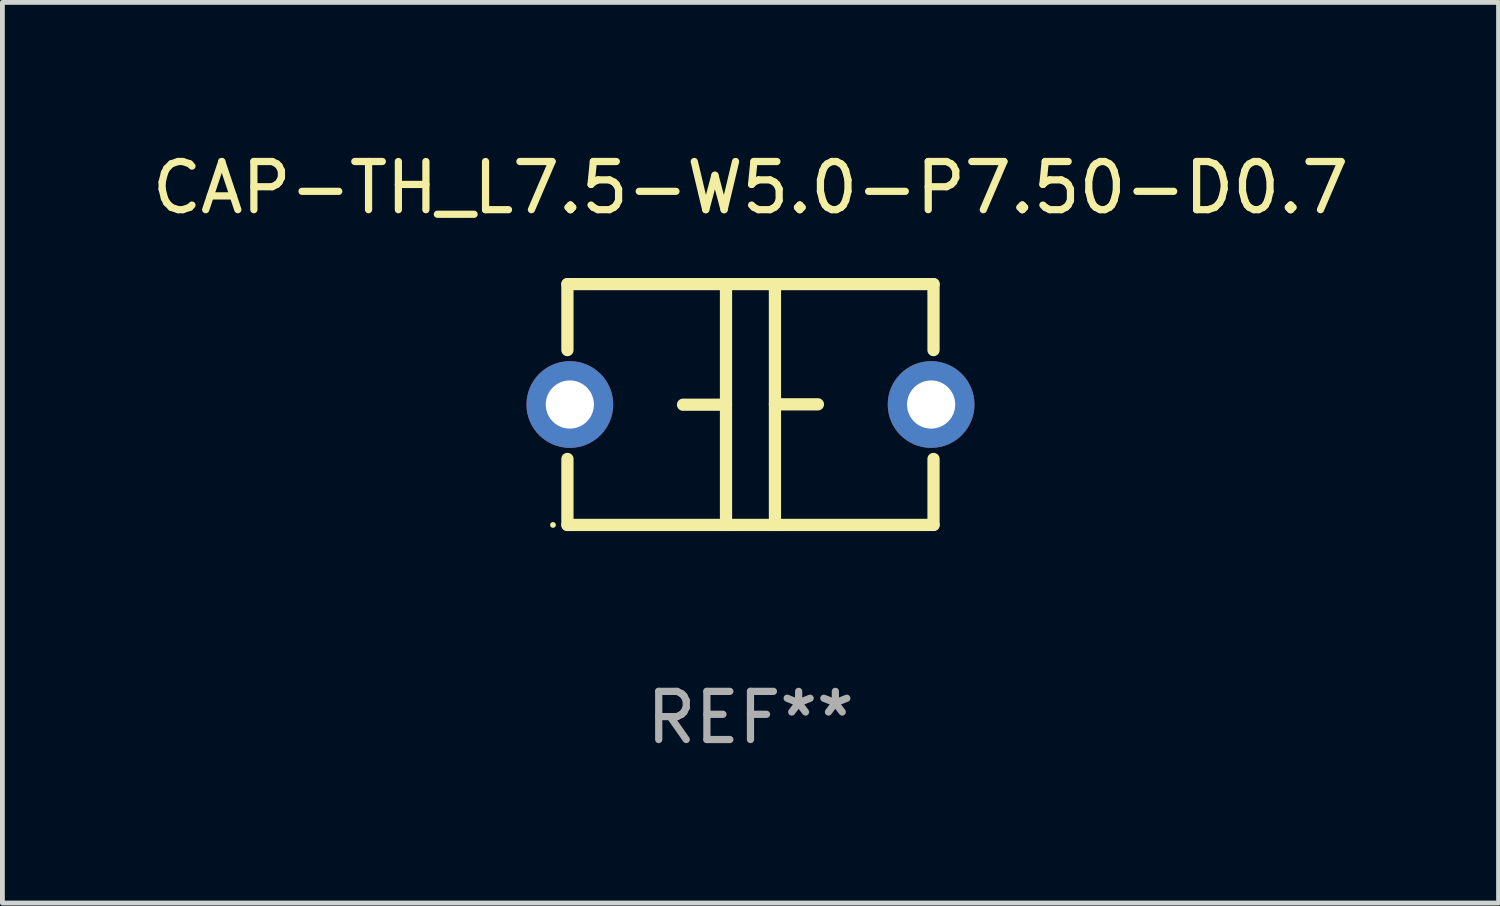
<source format=kicad_pcb>
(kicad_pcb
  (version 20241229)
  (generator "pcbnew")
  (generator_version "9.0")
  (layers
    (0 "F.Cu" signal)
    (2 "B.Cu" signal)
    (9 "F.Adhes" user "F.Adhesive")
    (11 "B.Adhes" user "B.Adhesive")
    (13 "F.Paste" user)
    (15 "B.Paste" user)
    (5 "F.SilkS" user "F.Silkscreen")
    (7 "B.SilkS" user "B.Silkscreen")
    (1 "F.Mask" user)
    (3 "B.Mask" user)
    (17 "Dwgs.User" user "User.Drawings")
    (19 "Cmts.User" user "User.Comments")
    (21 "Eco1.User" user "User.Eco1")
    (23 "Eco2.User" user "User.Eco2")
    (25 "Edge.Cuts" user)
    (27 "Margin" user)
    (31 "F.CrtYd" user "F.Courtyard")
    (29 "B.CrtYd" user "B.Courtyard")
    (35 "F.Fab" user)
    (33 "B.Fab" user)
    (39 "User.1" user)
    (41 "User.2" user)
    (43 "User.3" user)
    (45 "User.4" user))
  (footprint "CAP-TH_L7.5-W5.0-P7.50-D0.7"
    (layer "F.Cu")
    (at 12.53 5.348)
    (property "Reference" "CAP-TH_L7.5-W5.0-P7.50-D0.7" (at 0 -4.5 0) (layer "F.SilkS") (effects (font (size 1 1) (thickness 0.15))))
    (attr through_hole)
    (fp_line (start -3.8 -2.5) (end -3.8 -1.13) (stroke (width 0.254) (type solid)) (layer "F.SilkS"))
    (fp_line (start -3.8 -2.5) (end 3.8 -2.5) (stroke (width 0.254) (type solid)) (layer "F.SilkS"))
    (fp_line (start -3.8 1.13) (end -3.8 2.5) (stroke (width 0.254) (type solid)) (layer "F.SilkS"))
    (fp_line (start -3.8 2.5) (end 3.8 2.5) (stroke (width 0.254) (type solid)) (layer "F.SilkS"))
    (fp_line (start -0.508 0.004) (end -1.4 0.004) (stroke (width 0.254) (type solid)) (layer "F.SilkS"))
    (fp_line (start -0.508 2.5) (end -0.508 -2.5) (stroke (width 0.254) (type solid)) (layer "F.SilkS"))
    (fp_line (start 0.508 -2.5) (end 0.508 2.5) (stroke (width 0.254) (type solid)) (layer "F.SilkS"))
    (fp_line (start 0.508 -0.004) (end 1.4 -0.004) (stroke (width 0.254) (type solid)) (layer "F.SilkS"))
    (fp_line (start 3.8 -2.5) (end 3.8 -1.13) (stroke (width 0.254) (type solid)) (layer "F.SilkS"))
    (fp_line (start 3.8 1.13) (end 3.8 2.5) (stroke (width 0.254) (type solid)) (layer "F.SilkS"))
    (fp_circle (center -4.1 2.5) (end -4.07 2.5) (stroke (width 0.06) (type solid)) (fill no) (layer "F.SilkS"))
    (fp_text user "REF**" (at 0 6.5 0) (layer "F.Fab") (effects (font (size 1 1) (thickness 0.15))))
    (pad "1" thru_hole circle (at -3.75 0) (size 1.8 1.8) (drill 1) (layers "*.Cu" "*.Mask"))
    (pad "2" thru_hole circle (at 3.75 0) (size 1.8 1.8) (drill 1) (layers "*.Cu" "*.Mask")))
  (gr_rect
    (start -3 -3)
    (end 28.06 15.697)
    (stroke (width 0.1) (type default))
    (fill no)
    (layer "Edge.Cuts")))
</source>
